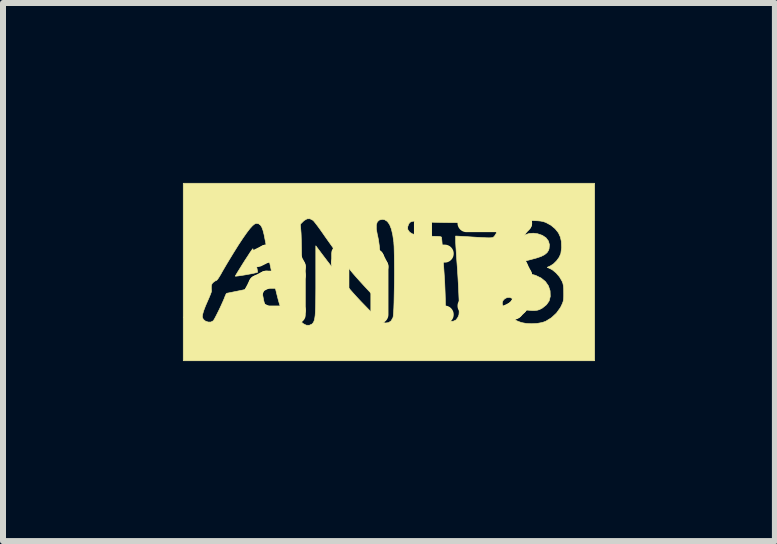
<source format=kicad_pcb>
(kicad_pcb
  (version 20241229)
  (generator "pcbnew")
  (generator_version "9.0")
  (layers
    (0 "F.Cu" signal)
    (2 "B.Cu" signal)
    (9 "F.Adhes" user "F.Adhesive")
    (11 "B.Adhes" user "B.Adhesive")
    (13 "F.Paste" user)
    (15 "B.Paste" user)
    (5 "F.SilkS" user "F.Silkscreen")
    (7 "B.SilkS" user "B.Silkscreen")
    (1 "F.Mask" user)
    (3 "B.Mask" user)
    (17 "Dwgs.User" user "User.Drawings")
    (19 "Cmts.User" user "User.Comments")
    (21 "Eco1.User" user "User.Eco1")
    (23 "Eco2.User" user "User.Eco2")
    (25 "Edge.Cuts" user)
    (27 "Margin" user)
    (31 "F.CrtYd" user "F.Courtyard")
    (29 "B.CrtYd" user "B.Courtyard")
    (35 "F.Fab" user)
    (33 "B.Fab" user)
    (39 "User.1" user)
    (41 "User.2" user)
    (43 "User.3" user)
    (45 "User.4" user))
  (footprint "ant3"
    (layer "F.Cu")
    (at 3.421 1.505)
    (property "Reference" "ant3" (at 0 0 0) (layer "F.SilkS") (effects (font (size 1.524 1.524) (thickness 0.3))))
    (attr through_hole)
    (fp_poly (pts (xy -2.249 -0.385) (xy -2.24 -0.344) (xy -2.229 -0.291) (xy -2.216 -0.23) (xy -2.204 -0.168) (xy -2.192 -0.11) (xy -2.183 -0.062) (xy -2.177 -0.029) (xy -2.176 -0.017) (xy -2.191 -0.011) (xy -2.226 -0.003) (xy -2.275 0.008) (xy -2.332 0.018) (xy -2.392 0.029) (xy -2.449 0.038) (xy -2.498 0.045) (xy -2.533 0.049) (xy -2.549 0.049) (xy -2.549 0.048) (xy -2.511 -0.016) (xy -2.468 -0.085) (xy -2.424 -0.156) (xy -2.381 -0.224) (xy -2.34 -0.286) (xy -2.306 -0.339) (xy -2.278 -0.379) (xy -2.261 -0.403) (xy -2.255 -0.408) (xy -2.249 -0.385)) (stroke (width 0.01) (type solid)) (fill yes) (layer "F.SilkS"))
    (fp_poly (pts (xy 3.443 1.46) (xy -3.416 1.46) (xy -3.416 0.727) (xy -3.098 0.727) (xy -3.098 0.733) (xy -3.08 0.771) (xy -3.045 0.799) (xy -3.001 0.814) (xy -2.956 0.814) (xy -2.919 0.795) (xy -2.914 0.791) (xy -2.9 0.769) (xy -2.878 0.729) (xy -2.85 0.674) (xy -2.819 0.612) (xy -2.788 0.546) (xy -2.759 0.482) (xy -2.735 0.427) (xy -2.719 0.385) (xy -2.705 0.353) (xy -2.694 0.336) (xy -2.692 0.335) (xy -2.678 0.332) (xy -2.642 0.325) (xy -2.589 0.314) (xy -2.524 0.301) (xy -2.451 0.286) (xy -2.376 0.27) (xy -2.303 0.254) (xy -2.236 0.24) (xy -2.181 0.228) (xy -2.148 0.221) (xy -2.135 0.22) (xy -2.125 0.227) (xy -2.117 0.247) (xy -2.108 0.283) (xy -2.097 0.342) (xy -2.096 0.345) (xy -2.072 0.465) (xy -2.043 0.572) (xy -2.011 0.662) (xy -1.977 0.733) (xy -1.943 0.782) (xy -1.926 0.796) (xy -1.881 0.814) (xy -1.834 0.811) (xy -1.793 0.789) (xy -1.764 0.753) (xy -1.755 0.711) (xy -1.76 0.681) (xy -1.772 0.634) (xy -1.79 0.578) (xy -1.801 0.546) (xy -1.816 0.5) (xy -1.835 0.432) (xy -1.857 0.345) (xy -1.882 0.242) (xy -1.909 0.127) (xy -1.937 0.005) (xy -1.964 -0.122) (xy -1.991 -0.25) (xy -2.016 -0.375) (xy -2.039 -0.494) (xy -2.05 -0.549) (xy -2.069 -0.646) (xy -2.088 -0.719) (xy -2.108 -0.771) (xy -2.131 -0.805) (xy -2.147 -0.816) (xy -1.464 -0.816) (xy -1.452 -0.673) (xy -1.45 -0.63) (xy -1.448 -0.565) (xy -1.446 -0.479) (xy -1.444 -0.376) (xy -1.442 -0.259) (xy -1.441 -0.133) (xy -1.441 0.001) (xy -1.44 0.139) (xy -1.44 0.145) (xy -1.44 0.82) (xy -1.409 0.845) (xy -1.364 0.867) (xy -1.315 0.868) (xy -1.272 0.849) (xy -1.262 0.841) (xy -1.25 0.825) (xy -1.239 0.806) (xy -1.23 0.781) (xy -1.223 0.747) (xy -1.217 0.704) (xy -1.213 0.647) (xy -1.21 0.575) (xy -1.208 0.485) (xy -1.207 0.375) (xy -1.206 0.243) (xy -1.206 0.116) (xy -1.206 -0.457) (xy -1.103 -0.319) (xy -1.008 -0.194) (xy -0.905 -0.061) (xy -0.799 0.072) (xy -0.697 0.196) (xy -0.632 0.275) (xy -0.581 0.333) (xy -0.522 0.398) (xy -0.457 0.468) (xy -0.389 0.538) (xy -0.322 0.607) (xy -0.259 0.671) (xy -0.202 0.726) (xy -0.155 0.77) (xy -0.12 0.8) (xy -0.104 0.812) (xy -0.046 0.83) (xy 0.007 0.824) (xy 0.05 0.794) (xy 0.079 0.743) (xy 0.083 0.73) (xy 0.087 0.701) (xy 0.091 0.648) (xy 0.095 0.576) (xy 0.098 0.488) (xy 0.1 0.387) (xy 0.102 0.277) (xy 0.104 0.161) (xy 0.105 0.044) (xy 0.105 -0.072) (xy 0.104 -0.183) (xy 0.103 -0.285) (xy 0.101 -0.374) (xy 0.099 -0.448) (xy 0.095 -0.503) (xy 0.095 -0.513) (xy 0.077 -0.638) (xy 0.054 -0.737) (xy 0.042 -0.767) (xy 0.324 -0.767) (xy 0.329 -0.725) (xy 0.358 -0.685) (xy 0.359 -0.684) (xy 0.402 -0.657) (xy 0.471 -0.637) (xy 0.565 -0.623) (xy 0.685 -0.617) (xy 0.744 -0.616) (xy 0.814 -0.615) (xy 0.86 -0.612) (xy 0.884 -0.605) (xy 0.89 -0.599) (xy 0.892 -0.581) (xy 0.896 -0.541) (xy 0.901 -0.483) (xy 0.906 -0.413) (xy 0.91 -0.348) (xy 0.916 -0.253) (xy 0.923 -0.149) (xy 0.93 -0.047) (xy 0.936 0.043) (xy 0.938 0.074) (xy 0.943 0.154) (xy 0.947 0.251) (xy 0.951 0.355) (xy 0.954 0.457) (xy 0.955 0.507) (xy 0.957 0.594) (xy 0.958 0.658) (xy 0.961 0.704) (xy 0.964 0.734) (xy 0.97 0.754) (xy 0.977 0.767) (xy 0.988 0.777) (xy 0.99 0.779) (xy 1.035 0.8) (xy 1.084 0.801) (xy 1.128 0.781) (xy 1.137 0.772) (xy 1.162 0.737) (xy 1.18 0.695) (xy 1.183 0.665) (xy 1.185 0.611) (xy 1.185 0.534) (xy 1.184 0.497) (xy 1.902 0.497) (xy 1.915 0.566) (xy 1.951 0.635) (xy 2.006 0.699) (xy 2.077 0.756) (xy 2.16 0.8) (xy 2.224 0.823) (xy 2.304 0.838) (xy 2.393 0.842) (xy 2.485 0.837) (xy 2.568 0.822) (xy 2.626 0.802) (xy 2.722 0.743) (xy 2.806 0.665) (xy 2.872 0.574) (xy 2.883 0.552) (xy 2.904 0.508) (xy 2.917 0.473) (xy 2.924 0.436) (xy 2.927 0.389) (xy 2.927 0.329) (xy 2.926 0.26) (xy 2.922 0.211) (xy 2.914 0.171) (xy 2.9 0.134) (xy 2.896 0.127) (xy 2.856 0.059) (xy 2.801 -0.004) (xy 2.741 -0.054) (xy 2.705 -0.074) (xy 2.652 -0.098) (xy 2.703 -0.121) (xy 2.756 -0.155) (xy 2.808 -0.206) (xy 2.851 -0.265) (xy 2.877 -0.323) (xy 2.879 -0.328) (xy 2.892 -0.426) (xy 2.888 -0.53) (xy 2.872 -0.602) (xy 2.839 -0.674) (xy 2.784 -0.742) (xy 2.714 -0.8) (xy 2.635 -0.843) (xy 2.632 -0.845) (xy 2.589 -0.86) (xy 2.546 -0.869) (xy 2.495 -0.874) (xy 2.429 -0.877) (xy 2.405 -0.877) (xy 2.34 -0.877) (xy 2.293 -0.875) (xy 2.256 -0.869) (xy 2.221 -0.858) (xy 2.18 -0.839) (xy 2.142 -0.821) (xy 2.062 -0.777) (xy 2.003 -0.733) (xy 1.967 -0.691) (xy 1.956 -0.655) (xy 1.963 -0.618) (xy 1.982 -0.58) (xy 2.005 -0.551) (xy 2.017 -0.544) (xy 2.046 -0.537) (xy 2.077 -0.54) (xy 2.116 -0.554) (xy 2.17 -0.582) (xy 2.194 -0.596) (xy 2.277 -0.638) (xy 2.351 -0.662) (xy 2.422 -0.667) (xy 2.492 -0.658) (xy 2.571 -0.631) (xy 2.632 -0.59) (xy 2.672 -0.537) (xy 2.689 -0.476) (xy 2.683 -0.409) (xy 2.674 -0.382) (xy 2.649 -0.343) (xy 2.608 -0.309) (xy 2.549 -0.279) (xy 2.468 -0.252) (xy 2.401 -0.234) (xy 2.318 -0.212) (xy 2.258 -0.192) (xy 2.218 -0.17) (xy 2.195 -0.146) (xy 2.185 -0.117) (xy 2.184 -0.1) (xy 2.19 -0.064) (xy 2.211 -0.038) (xy 2.25 -0.017) (xy 2.312 -0.000348) (xy 2.348 0.007) (xy 2.459 0.036) (xy 2.55 0.08) (xy 2.622 0.139) (xy 2.672 0.211) (xy 2.7 0.294) (xy 2.703 0.386) (xy 2.703 0.388) (xy 2.684 0.462) (xy 2.64 0.525) (xy 2.572 0.58) (xy 2.562 0.586) (xy 2.523 0.606) (xy 2.487 0.617) (xy 2.442 0.622) (xy 2.398 0.622) (xy 2.304 0.614) (xy 2.228 0.589) (xy 2.167 0.546) (xy 2.128 0.498) (xy 2.101 0.46) (xy 2.076 0.43) (xy 2.065 0.419) (xy 2.027 0.403) (xy 1.983 0.406) (xy 1.943 0.426) (xy 1.913 0.459) (xy 1.902 0.497) (xy 1.184 0.497) (xy 1.182 0.437) (xy 1.177 0.323) (xy 1.171 0.194) (xy 1.163 0.052) (xy 1.153 -0.101) (xy 1.145 -0.208) (xy 1.139 -0.295) (xy 1.134 -0.378) (xy 1.129 -0.452) (xy 1.126 -0.51) (xy 1.125 -0.547) (xy 1.125 -0.548) (xy 1.125 -0.62) (xy 1.276 -0.612) (xy 1.399 -0.604) (xy 1.499 -0.598) (xy 1.577 -0.594) (xy 1.636 -0.591) (xy 1.68 -0.59) (xy 1.712 -0.591) (xy 1.733 -0.593) (xy 1.747 -0.597) (xy 1.757 -0.603) (xy 1.765 -0.611) (xy 1.774 -0.62) (xy 1.803 -0.666) (xy 1.808 -0.718) (xy 1.79 -0.768) (xy 1.778 -0.783) (xy 1.765 -0.796) (xy 1.75 -0.806) (xy 1.728 -0.813) (xy 1.695 -0.819) (xy 1.646 -0.823) (xy 1.576 -0.828) (xy 1.547 -0.83) (xy 1.472 -0.834) (xy 1.377 -0.838) (xy 1.27 -0.841) (xy 1.16 -0.843) (xy 1.054 -0.844) (xy 1.032 -0.844) (xy 0.933 -0.845) (xy 0.833 -0.847) (xy 0.739 -0.85) (xy 0.657 -0.854) (xy 0.593 -0.858) (xy 0.577 -0.86) (xy 0.496 -0.867) (xy 0.437 -0.869) (xy 0.396 -0.863) (xy 0.367 -0.85) (xy 0.348 -0.828) (xy 0.342 -0.818) (xy 0.324 -0.767) (xy 0.042 -0.767) (xy 0.024 -0.812) (xy -0.013 -0.863) (xy -0.057 -0.891) (xy -0.095 -0.898) (xy -0.146 -0.887) (xy -0.18 -0.857) (xy -0.197 -0.806) (xy -0.197 -0.735) (xy -0.18 -0.642) (xy -0.174 -0.619) (xy -0.16 -0.548) (xy -0.147 -0.453) (xy -0.136 -0.332) (xy -0.127 -0.186) (xy -0.12 -0.013) (xy -0.115 0.184) (xy -0.113 0.283) (xy -0.112 0.359) (xy -0.112 0.413) (xy -0.113 0.45) (xy -0.115 0.472) (xy -0.12 0.483) (xy -0.125 0.486) (xy -0.133 0.483) (xy -0.133 0.483) (xy -0.153 0.467) (xy -0.187 0.435) (xy -0.233 0.389) (xy -0.287 0.332) (xy -0.347 0.268) (xy -0.41 0.2) (xy -0.473 0.131) (xy -0.533 0.064) (xy -0.587 0.002) (xy -0.611 -0.027) (xy -0.75 -0.2) (xy -0.898 -0.396) (xy -1.051 -0.611) (xy -1.089 -0.666) (xy -1.135 -0.731) (xy -1.178 -0.79) (xy -1.215 -0.838) (xy -1.242 -0.871) (xy -1.255 -0.883) (xy -1.303 -0.908) (xy -1.351 -0.907) (xy -1.401 -0.878) (xy -1.417 -0.863) (xy -1.464 -0.816) (xy -2.147 -0.816) (xy -2.158 -0.824) (xy -2.191 -0.83) (xy -2.198 -0.831) (xy -2.225 -0.821) (xy -2.26 -0.793) (xy -2.304 -0.745) (xy -2.357 -0.676) (xy -2.421 -0.585) (xy -2.495 -0.473) (xy -2.58 -0.337) (xy -2.594 -0.314) (xy -2.641 -0.237) (xy -2.688 -0.159) (xy -2.731 -0.086) (xy -2.767 -0.024) (xy -2.786 0.011) (xy -2.814 0.058) (xy -2.839 0.096) (xy -2.857 0.117) (xy -2.863 0.12) (xy -2.883 0.129) (xy -2.911 0.149) (xy -2.914 0.151) (xy -2.936 0.175) (xy -2.947 0.206) (xy -2.948 0.25) (xy -2.945 0.298) (xy -2.949 0.317) (xy -2.963 0.354) (xy -2.983 0.403) (xy -3 0.442) (xy -3.045 0.545) (xy -3.076 0.626) (xy -3.093 0.686) (xy -3.098 0.727) (xy -3.416 0.727) (xy -3.416 -1.5) (xy 3.443 -1.5) (xy 3.443 1.46)) (stroke (width 0.01) (type solid)) (fill yes) (layer "F.SilkS")))
  (gr_rect
    (start -3 -3)
    (end 9.869 5.971)
    (stroke (width 0.1) (type default))
    (fill no)
    (layer "Edge.Cuts")))
</source>
